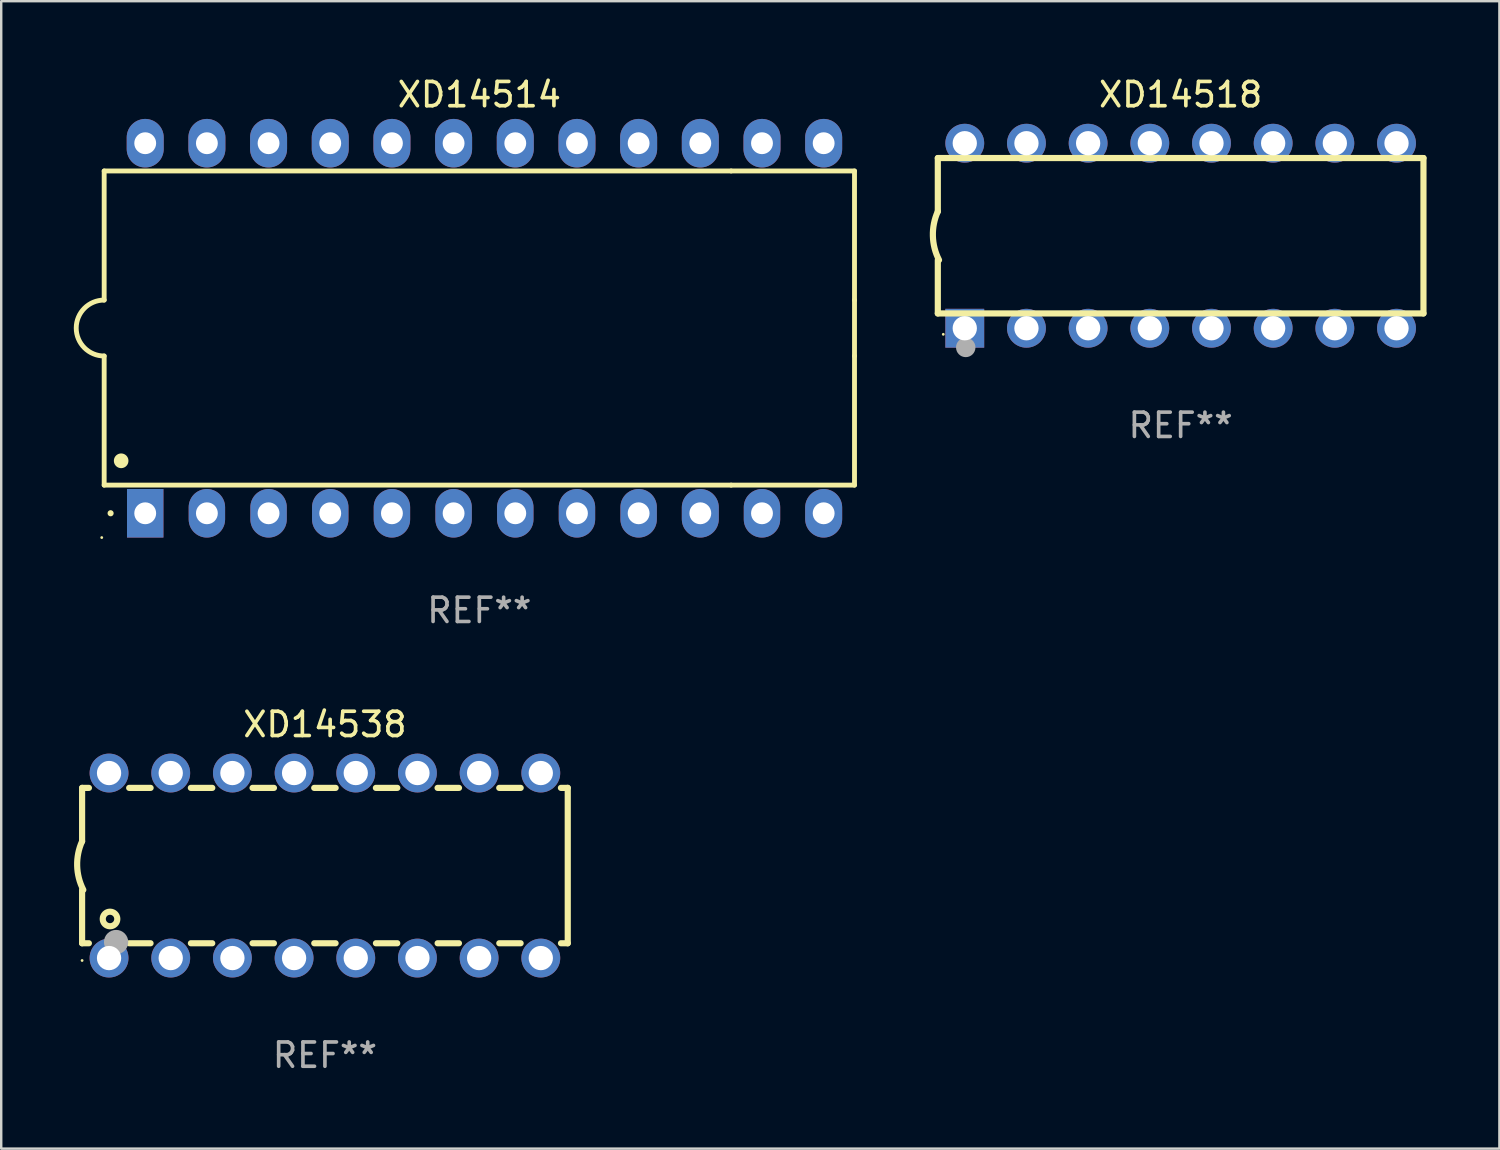
<source format=kicad_pcb>
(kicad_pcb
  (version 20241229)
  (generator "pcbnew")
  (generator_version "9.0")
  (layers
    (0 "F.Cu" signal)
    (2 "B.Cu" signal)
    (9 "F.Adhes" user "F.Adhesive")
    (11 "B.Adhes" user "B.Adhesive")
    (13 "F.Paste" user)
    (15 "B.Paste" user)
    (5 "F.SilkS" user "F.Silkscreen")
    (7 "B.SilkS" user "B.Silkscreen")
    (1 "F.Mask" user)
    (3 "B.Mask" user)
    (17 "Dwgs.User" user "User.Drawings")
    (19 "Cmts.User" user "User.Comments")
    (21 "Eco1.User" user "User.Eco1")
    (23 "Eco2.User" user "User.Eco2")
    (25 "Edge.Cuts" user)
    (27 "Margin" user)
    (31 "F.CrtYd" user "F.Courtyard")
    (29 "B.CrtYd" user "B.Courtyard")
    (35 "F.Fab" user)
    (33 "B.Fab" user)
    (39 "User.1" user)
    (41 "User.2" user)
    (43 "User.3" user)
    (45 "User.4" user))
  (footprint "XD14514"
    (layer "F.Cu")
    (at 16.69 10.468)
    (property "Reference" "XD14514" (at 0 -9.62 0) (layer "F.SilkS") (effects (font (size 1 1) (thickness 0.15))))
    (attr through_hole)
    (fp_line (start -15.45 -6.477) (end 10.37 -6.477) (stroke (width 0.2) (type solid)) (layer "F.SilkS"))
    (fp_line (start -15.45 -1.16) (end -15.45 -6.477) (stroke (width 0.2) (type solid)) (layer "F.SilkS"))
    (fp_line (start -15.45 6.46) (end -15.45 1.143) (stroke (width 0.2) (type solid)) (layer "F.SilkS"))
    (fp_line (start 10.37 -6.477) (end 15.45 -6.477) (stroke (width 0.2) (type solid)) (layer "F.SilkS"))
    (fp_line (start 10.37 6.46) (end -15.45 6.46) (stroke (width 0.2) (type solid)) (layer "F.SilkS"))
    (fp_line (start 15.45 -6.477) (end 15.45 -1.16) (stroke (width 0.2) (type solid)) (layer "F.SilkS"))
    (fp_line (start 15.45 -1.16) (end 15.45 1.143) (stroke (width 0.2) (type solid)) (layer "F.SilkS"))
    (fp_line (start 15.45 1.143) (end 15.45 6.46) (stroke (width 0.2) (type solid)) (layer "F.SilkS"))
    (fp_line (start 15.45 6.46) (end 10.37 6.46) (stroke (width 0.2) (type solid)) (layer "F.SilkS"))
    (fp_arc (start -15.449136 1.142901) (mid -16.590111 -0.008992) (end -15.449137 -1.160885) (stroke (width 0.2) (type solid)) (layer "F.SilkS"))
    (fp_arc (start -15.184976 7.619914) (mid -15.184983 7.618644) (end -15.184976 7.617374) (stroke (width 0.25) (type solid)) (layer "F.SilkS"))
    (fp_arc (start -14.750635 5.460909) (mid -14.750646 5.458369) (end -14.750635 5.455829) (stroke (width 0.6) (type solid)) (layer "F.SilkS"))
    (fp_circle (center -15.55 8.62) (end -15.52 8.62) (stroke (width 0.06) (type solid)) (fill no) (layer "F.SilkS"))
    (fp_text user "REF**" (at 0 11.62 0) (layer "F.Fab") (effects (font (size 1 1) (thickness 0.15))))
    (pad "1" thru_hole rect (at -13.76 7.62 90) (size 2 1.5) (drill 0.9) (layers "*.Cu" "*.Mask"))
    (pad "2" thru_hole oval (at -11.22 7.62 90) (size 2 1.5) (drill 0.9) (layers "*.Cu" "*.Mask"))
    (pad "3" thru_hole oval (at -8.68 7.62 90) (size 2 1.5) (drill 0.9) (layers "*.Cu" "*.Mask"))
    (pad "4" thru_hole oval (at -6.14 7.62 90) (size 2 1.5) (drill 0.9) (layers "*.Cu" "*.Mask"))
    (pad "5" thru_hole oval (at -3.6 7.62 90) (size 2 1.5) (drill 0.9) (layers "*.Cu" "*.Mask"))
    (pad "6" thru_hole oval (at -1.06 7.62 90) (size 2 1.5) (drill 0.9) (layers "*.Cu" "*.Mask"))
    (pad "7" thru_hole oval (at 1.48 7.62 90) (size 2 1.5) (drill 0.9) (layers "*.Cu" "*.Mask"))
    (pad "8" thru_hole oval (at 4.02 7.62 90) (size 2 1.5) (drill 0.9) (layers "*.Cu" "*.Mask"))
    (pad "9" thru_hole oval (at 6.56 7.62 90) (size 2 1.5) (drill 0.9) (layers "*.Cu" "*.Mask"))
    (pad "10" thru_hole oval (at 9.1 7.62 90) (size 2 1.524) (drill 0.9) (layers "*.Cu" "*.Mask"))
    (pad "11" thru_hole oval (at 11.64 7.62 90) (size 2 1.5) (drill 0.9) (layers "*.Cu" "*.Mask"))
    (pad "12" thru_hole oval (at 14.18 7.62 90) (size 2 1.524) (drill 0.9) (layers "*.Cu" "*.Mask"))
    (pad "13" thru_hole oval (at 14.18 -7.62 90) (size 2 1.524) (drill 0.9) (layers "*.Cu" "*.Mask"))
    (pad "14" thru_hole oval (at 11.64 -7.62 90) (size 2 1.524) (drill 0.9) (layers "*.Cu" "*.Mask"))
    (pad "15" thru_hole oval (at 9.1 -7.62 90) (size 2 1.524) (drill 0.9) (layers "*.Cu" "*.Mask"))
    (pad "16" thru_hole oval (at 6.56 -7.62 90) (size 2 1.524) (drill 0.9) (layers "*.Cu" "*.Mask"))
    (pad "17" thru_hole oval (at 4.02 -7.62 90) (size 2 1.524) (drill 0.9) (layers "*.Cu" "*.Mask"))
    (pad "18" thru_hole oval (at 1.48 -7.62 90) (size 2 1.524) (drill 0.9) (layers "*.Cu" "*.Mask"))
    (pad "19" thru_hole oval (at -1.06 -7.62 90) (size 2 1.524) (drill 0.9) (layers "*.Cu" "*.Mask"))
    (pad "20" thru_hole oval (at -3.6 -7.62 90) (size 2 1.524) (drill 0.9) (layers "*.Cu" "*.Mask"))
    (pad "21" thru_hole oval (at -6.14 -7.62 90) (size 2 1.524) (drill 0.9) (layers "*.Cu" "*.Mask"))
    (pad "22" thru_hole oval (at -8.68 -7.62 90) (size 2 1.524) (drill 0.9) (layers "*.Cu" "*.Mask"))
    (pad "23" thru_hole oval (at -11.22 -7.62 90) (size 2 1.524) (drill 0.9) (layers "*.Cu" "*.Mask"))
    (pad "24" thru_hole oval (at -13.76 -7.62 90) (size 2 1.524) (drill 0.9) (layers "*.Cu" "*.Mask")))
  (footprint "XD14538"
    (layer "F.Cu")
    (at 10.331 32.595)
    (property "Reference" "XD14538" (at 0 -5.81 0) (layer "F.SilkS") (effects (font (size 1 1) (thickness 0.15))))
    (attr through_hole)
    (fp_line (start -10 -3.198) (end -9.719 -3.198) (stroke (width 0.254) (type solid)) (layer "F.SilkS"))
    (fp_line (start -10 -0.998) (end -10 -3.198) (stroke (width 0.254) (type solid)) (layer "F.SilkS"))
    (fp_line (start -10 3.2) (end -10 1) (stroke (width 0.254) (type solid)) (layer "F.SilkS"))
    (fp_line (start -10 3.2) (end -9.721 3.2) (stroke (width 0.254) (type solid)) (layer "F.SilkS"))
    (fp_line (start -8.061 -3.198) (end -7.179 -3.198) (stroke (width 0.254) (type solid)) (layer "F.SilkS"))
    (fp_line (start -8.059 3.2) (end -7.181 3.2) (stroke (width 0.254) (type solid)) (layer "F.SilkS"))
    (fp_line (start -5.521 -3.198) (end -4.639 -3.198) (stroke (width 0.254) (type solid)) (layer "F.SilkS"))
    (fp_line (start -5.519 3.2) (end -4.641 3.2) (stroke (width 0.254) (type solid)) (layer "F.SilkS"))
    (fp_line (start -2.981 -3.198) (end -2.099 -3.198) (stroke (width 0.254) (type solid)) (layer "F.SilkS"))
    (fp_line (start -2.979 3.2) (end -2.101 3.2) (stroke (width 0.254) (type solid)) (layer "F.SilkS"))
    (fp_line (start -0.441 -3.198) (end 0.441 -3.198) (stroke (width 0.254) (type solid)) (layer "F.SilkS"))
    (fp_line (start -0.439 3.2) (end 0.439 3.2) (stroke (width 0.254) (type solid)) (layer "F.SilkS"))
    (fp_line (start 2.099 -3.198) (end 2.981 -3.198) (stroke (width 0.254) (type solid)) (layer "F.SilkS"))
    (fp_line (start 2.101 3.2) (end 2.979 3.2) (stroke (width 0.254) (type solid)) (layer "F.SilkS"))
    (fp_line (start 4.639 -3.198) (end 5.521 -3.198) (stroke (width 0.254) (type solid)) (layer "F.SilkS"))
    (fp_line (start 4.641 3.2) (end 5.519 3.2) (stroke (width 0.254) (type solid)) (layer "F.SilkS"))
    (fp_line (start 7.179 -3.198) (end 8.061 -3.198) (stroke (width 0.254) (type solid)) (layer "F.SilkS"))
    (fp_line (start 7.181 3.2) (end 8.059 3.2) (stroke (width 0.254) (type solid)) (layer "F.SilkS"))
    (fp_line (start 9.719 -3.198) (end 10 -3.198) (stroke (width 0.254) (type solid)) (layer "F.SilkS"))
    (fp_line (start 9.721 3.2) (end 10 3.2) (stroke (width 0.254) (type solid)) (layer "F.SilkS"))
    (fp_line (start 10 3.2) (end 10 -3.2) (stroke (width 0.254) (type solid)) (layer "F.SilkS"))
    (fp_arc (start -9.949962 1) (mid -10.203153 0.005709) (end -10 -1) (stroke (width 0.254001) (type solid)) (layer "F.SilkS"))
    (fp_circle (center -10 3.91) (end -9.97 3.91) (stroke (width 0.06) (type solid)) (fill no) (layer "F.SilkS"))
    (fp_circle (center -8.85 2.2) (end -8.55 2.2) (stroke (width 0.254) (type solid)) (fill no) (layer "F.SilkS"))
    (fp_circle (center -8.6 3.15) (end -8.35 3.15) (stroke (width 0.5) (type solid)) (fill no) (layer "F.Fab"))
    (fp_text user "REF**" (at 0 7.81 0) (layer "F.Fab") (effects (font (size 1 1) (thickness 0.15))))
    (pad "1" thru_hole circle (at -8.89 3.81) (size 1.6 1.6) (drill 1) (layers "*.Cu" "*.Mask"))
    (pad "2" thru_hole circle (at -6.35 3.81) (size 1.6 1.6) (drill 1) (layers "*.Cu" "*.Mask"))
    (pad "3" thru_hole circle (at -3.81 3.81) (size 1.6 1.6) (drill 1) (layers "*.Cu" "*.Mask"))
    (pad "4" thru_hole circle (at -1.27 3.81) (size 1.6 1.6) (drill 1) (layers "*.Cu" "*.Mask"))
    (pad "5" thru_hole circle (at 1.27 3.81) (size 1.6 1.6) (drill 1) (layers "*.Cu" "*.Mask"))
    (pad "6" thru_hole circle (at 3.81 3.81) (size 1.6 1.6) (drill 1) (layers "*.Cu" "*.Mask"))
    (pad "7" thru_hole circle (at 6.35 3.81) (size 1.6 1.6) (drill 1) (layers "*.Cu" "*.Mask"))
    (pad "8" thru_hole circle (at 8.89 3.81) (size 1.6 1.6) (drill 1) (layers "*.Cu" "*.Mask"))
    (pad "9" thru_hole circle (at 8.89 -3.81) (size 1.6 1.6) (drill 1) (layers "*.Cu" "*.Mask"))
    (pad "10" thru_hole circle (at 6.35 -3.81) (size 1.6 1.6) (drill 1) (layers "*.Cu" "*.Mask"))
    (pad "11" thru_hole circle (at 3.81 -3.81) (size 1.6 1.6) (drill 1) (layers "*.Cu" "*.Mask"))
    (pad "12" thru_hole circle (at 1.27 -3.81) (size 1.6 1.6) (drill 1) (layers "*.Cu" "*.Mask"))
    (pad "13" thru_hole circle (at -1.27 -3.81) (size 1.6 1.6) (drill 1) (layers "*.Cu" "*.Mask"))
    (pad "14" thru_hole circle (at -3.81 -3.81) (size 1.6 1.6) (drill 1) (layers "*.Cu" "*.Mask"))
    (pad "15" thru_hole circle (at -6.35 -3.81) (size 1.6 1.6) (drill 1) (layers "*.Cu" "*.Mask"))
    (pad "16" thru_hole circle (at -8.89 -3.81) (size 1.6 1.6) (drill 1) (layers "*.Cu" "*.Mask")))
  (footprint "XD14518"
    (layer "F.Cu")
    (at 45.571 6.658)
    (property "Reference" "XD14518" (at 0 -5.81 0) (layer "F.SilkS") (effects (font (size 1 1) (thickness 0.15))))
    (attr through_hole)
    (fp_line (start -10 -0.998) (end -10 -3.198) (stroke (width 0.254) (type solid)) (layer "F.SilkS"))
    (fp_line (start -10 3.2) (end -10 1) (stroke (width 0.254) (type solid)) (layer "F.SilkS"))
    (fp_line (start 10 -3.2) (end -10 -3.2) (stroke (width 0.254) (type solid)) (layer "F.SilkS"))
    (fp_line (start 10 3.2) (end -10 3.2) (stroke (width 0.254) (type solid)) (layer "F.SilkS"))
    (fp_line (start 10 3.2) (end 10 -3.2) (stroke (width 0.254) (type solid)) (layer "F.SilkS"))
    (fp_arc (start -9.949975 0.999974) (mid -10.203153 0.005693) (end -9.999987 -1) (stroke (width 0.254001) (type solid)) (layer "F.SilkS"))
    (fp_circle (center -9.775 4.06) (end -9.745 4.06) (stroke (width 0.06) (type solid)) (fill no) (layer "F.SilkS"))
    (fp_circle (center -8.85 4.6) (end -8.65 4.6) (stroke (width 0.4) (type solid)) (fill no) (layer "F.Fab"))
    (fp_text user "REF**" (at 0 7.81 0) (layer "F.Fab") (effects (font (size 1 1) (thickness 0.15))))
    (pad "1" thru_hole rect (at -8.89 3.81 90) (size 1.6 1.6) (drill 1) (layers "*.Cu" "*.Mask"))
    (pad "2" thru_hole circle (at -6.35 3.81) (size 1.6 1.6) (drill 1) (layers "*.Cu" "*.Mask"))
    (pad "3" thru_hole circle (at -3.81 3.81) (size 1.6 1.6) (drill 1) (layers "*.Cu" "*.Mask"))
    (pad "4" thru_hole circle (at -1.27 3.81) (size 1.6 1.6) (drill 1) (layers "*.Cu" "*.Mask"))
    (pad "5" thru_hole circle (at 1.27 3.81) (size 1.6 1.6) (drill 1) (layers "*.Cu" "*.Mask"))
    (pad "6" thru_hole circle (at 3.81 3.81) (size 1.6 1.6) (drill 1) (layers "*.Cu" "*.Mask"))
    (pad "7" thru_hole circle (at 6.35 3.81) (size 1.6 1.6) (drill 1) (layers "*.Cu" "*.Mask"))
    (pad "8" thru_hole circle (at 8.89 3.81) (size 1.6 1.6) (drill 1) (layers "*.Cu" "*.Mask"))
    (pad "9" thru_hole circle (at 8.89 -3.81) (size 1.6 1.6) (drill 1) (layers "*.Cu" "*.Mask"))
    (pad "10" thru_hole circle (at 6.35 -3.81) (size 1.6 1.6) (drill 1) (layers "*.Cu" "*.Mask"))
    (pad "11" thru_hole circle (at 3.81 -3.81) (size 1.6 1.6) (drill 1) (layers "*.Cu" "*.Mask"))
    (pad "12" thru_hole circle (at 1.27 -3.81) (size 1.6 1.6) (drill 1) (layers "*.Cu" "*.Mask"))
    (pad "13" thru_hole circle (at -1.27 -3.81) (size 1.6 1.6) (drill 1) (layers "*.Cu" "*.Mask"))
    (pad "14" thru_hole circle (at -3.81 -3.81) (size 1.6 1.6) (drill 1) (layers "*.Cu" "*.Mask"))
    (pad "15" thru_hole circle (at -6.35 -3.81) (size 1.6 1.6) (drill 1) (layers "*.Cu" "*.Mask"))
    (pad "16" thru_hole circle (at -8.89 -3.81) (size 1.6 1.6) (drill 1) (layers "*.Cu" "*.Mask")))
  (gr_rect
    (start -3 -3)
    (end 58.698 44.253)
    (stroke (width 0.1) (type default))
    (fill no)
    (layer "Edge.Cuts")))
</source>
